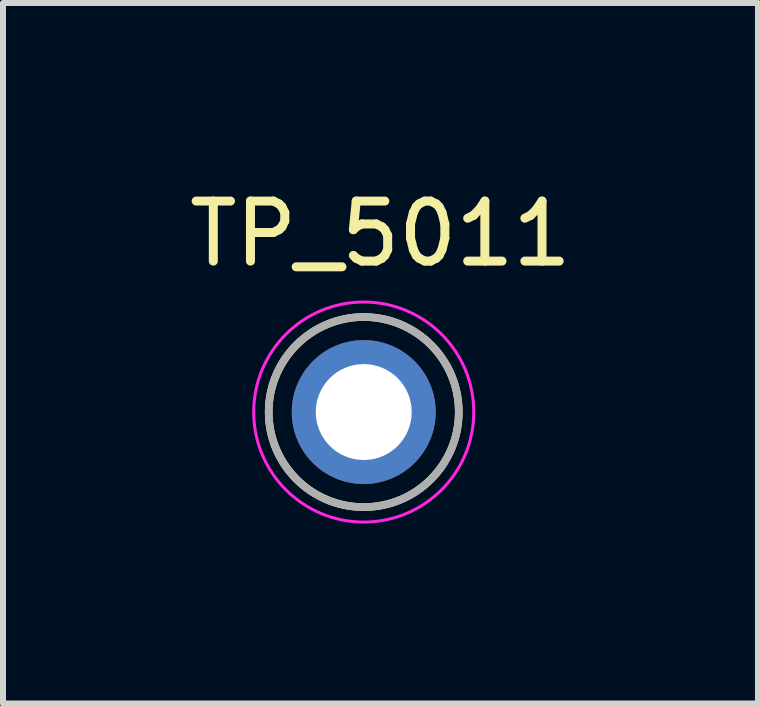
<source format=kicad_pcb>
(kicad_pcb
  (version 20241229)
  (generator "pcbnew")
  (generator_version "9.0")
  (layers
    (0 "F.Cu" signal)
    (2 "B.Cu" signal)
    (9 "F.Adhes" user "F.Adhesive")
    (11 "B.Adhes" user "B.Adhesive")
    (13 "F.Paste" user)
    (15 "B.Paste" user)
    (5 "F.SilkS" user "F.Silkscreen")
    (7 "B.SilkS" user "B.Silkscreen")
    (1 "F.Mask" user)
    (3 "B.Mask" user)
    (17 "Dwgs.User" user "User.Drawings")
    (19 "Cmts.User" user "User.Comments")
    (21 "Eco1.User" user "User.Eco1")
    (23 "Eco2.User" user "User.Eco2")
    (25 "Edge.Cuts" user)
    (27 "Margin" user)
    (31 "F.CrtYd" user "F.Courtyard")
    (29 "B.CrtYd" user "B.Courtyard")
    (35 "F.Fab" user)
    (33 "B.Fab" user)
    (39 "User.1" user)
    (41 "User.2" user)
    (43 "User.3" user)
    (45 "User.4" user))
  (footprint "TP_5011"
    (layer "F.Cu")
    (at 3.016 3.822)
    (property "Reference" "TP_5011" (at 0.28 -2.973 0) (layer "F.SilkS") (effects (font (size 1.001 1.001) (thickness 0.15))))
    (attr through_hole)
    (fp_circle (center 0 0) (end 1.585 0) (stroke (width 0.127) (type solid)) (fill no) (layer "F.SilkS"))
    (fp_circle (center 0 0) (end 1.835 0) (stroke (width 0.05) (type solid)) (fill no) (layer "F.CrtYd"))
    (fp_circle (center 0 0) (end 1.585 0) (stroke (width 0.127) (type solid)) (fill no) (layer "F.Fab"))
    (pad "1" thru_hole circle (at 0 0) (size 2.4 2.4) (drill 1.6) (layers "*.Cu" "*.Mask")))
  (gr_rect
    (start -3 -3)
    (end 9.591 8.682)
    (stroke (width 0.1) (type default))
    (fill no)
    (layer "Edge.Cuts")))
</source>
